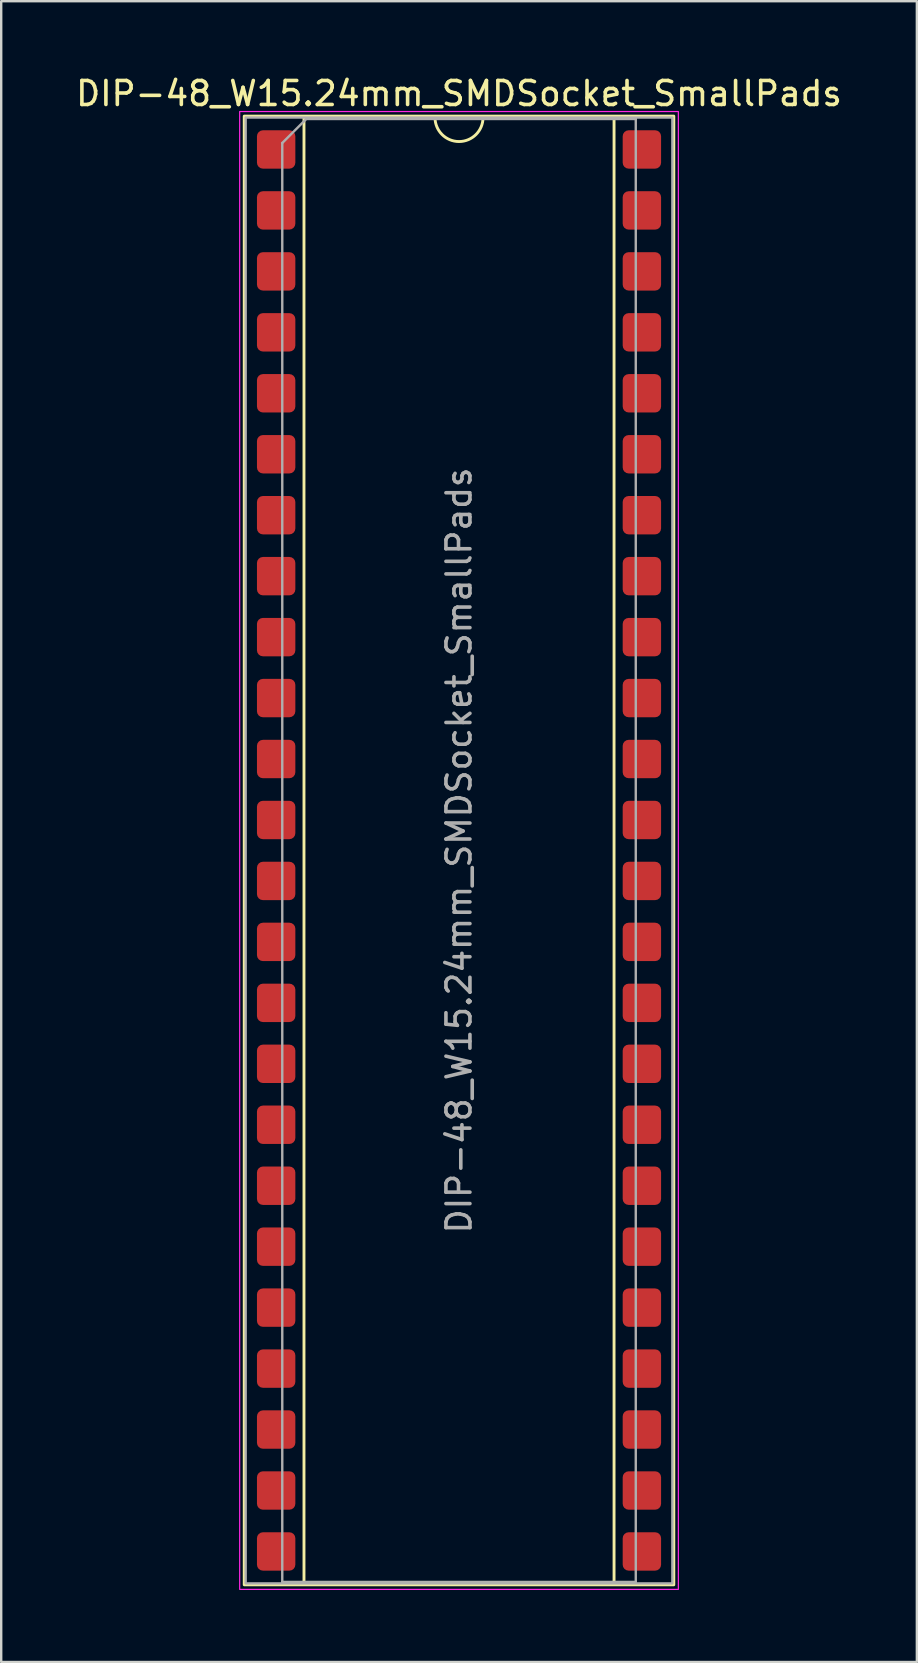
<source format=kicad_pcb>
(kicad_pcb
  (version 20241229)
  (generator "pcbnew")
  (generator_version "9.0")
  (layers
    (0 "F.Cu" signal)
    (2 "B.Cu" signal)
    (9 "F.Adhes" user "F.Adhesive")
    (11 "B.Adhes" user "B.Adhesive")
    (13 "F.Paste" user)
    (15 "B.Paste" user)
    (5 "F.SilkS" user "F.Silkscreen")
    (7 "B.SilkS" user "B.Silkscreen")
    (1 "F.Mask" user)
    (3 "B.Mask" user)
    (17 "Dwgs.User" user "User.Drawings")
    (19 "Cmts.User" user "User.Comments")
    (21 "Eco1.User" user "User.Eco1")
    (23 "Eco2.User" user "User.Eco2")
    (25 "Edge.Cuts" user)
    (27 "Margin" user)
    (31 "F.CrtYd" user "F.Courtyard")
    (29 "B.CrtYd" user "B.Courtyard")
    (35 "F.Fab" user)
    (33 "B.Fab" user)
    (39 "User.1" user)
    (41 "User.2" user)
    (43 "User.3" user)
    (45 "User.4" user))
  (footprint "DIP-48_W15.24mm_SMDSocket_SmallPads"
    (layer "F.Cu")
    (at 16.077 32.388)
    (property "Reference" "DIP-48_W15.24mm_SMDSocket_SmallPads" (at 0 -31.54 0) (layer "F.SilkS") (effects (font (size 1 1) (thickness 0.15))))
    (attr smd)
    (fp_line (start -6.46 -30.54) (end -6.46 30.54) (stroke (width 0.12) (type solid)) (layer "F.SilkS"))
    (fp_line (start -6.46 30.54) (end 6.46 30.54) (stroke (width 0.12) (type solid)) (layer "F.SilkS"))
    (fp_line (start -1 -30.54) (end -6.46 -30.54) (stroke (width 0.12) (type solid)) (layer "F.SilkS"))
    (fp_line (start 6.46 -30.54) (end 1 -30.54) (stroke (width 0.12) (type solid)) (layer "F.SilkS"))
    (fp_line (start 6.46 30.54) (end 6.46 -30.54) (stroke (width 0.12) (type solid)) (layer "F.SilkS"))
    (fp_rect (start -8.95 -30.6) (end 8.95 30.6) (stroke (width 0.12) (type solid)) (fill no) (layer "F.SilkS"))
    (fp_arc (start 1 -30.54) (mid 0 -29.54) (end -1 -30.54) (stroke (width 0.12) (type solid)) (layer "F.SilkS"))
    (fp_rect (start -9.14 -30.79) (end 9.14 30.79) (stroke (width 0.05) (type solid)) (fill no) (layer "F.CrtYd"))
    (fp_line (start -7.365 -29.48) (end -6.365 -30.48) (stroke (width 0.1) (type solid)) (layer "F.Fab"))
    (fp_line (start -7.365 30.48) (end -7.365 -29.48) (stroke (width 0.1) (type solid)) (layer "F.Fab"))
    (fp_line (start -6.365 -30.48) (end 7.365 -30.48) (stroke (width 0.1) (type solid)) (layer "F.Fab"))
    (fp_line (start 7.365 -30.48) (end 7.365 30.48) (stroke (width 0.1) (type solid)) (layer "F.Fab"))
    (fp_line (start 7.365 30.48) (end -7.365 30.48) (stroke (width 0.1) (type solid)) (layer "F.Fab"))
    (fp_rect (start -8.89 -30.54) (end 8.89 30.54) (stroke (width 0.1) (type solid)) (fill no) (layer "F.Fab"))
    (fp_text user "${REFERENCE}" (at 0 0 90) (layer "F.Fab") (effects (font (size 1 1) (thickness 0.15))))
    (pad "1" smd roundrect (at -7.62 -29.21) (size 1.6 1.6) (layers "F.Cu" "F.Mask" "F.Paste") (roundrect_rratio 0.156))
    (pad "2" smd roundrect (at -7.62 -26.67) (size 1.6 1.6) (layers "F.Cu" "F.Mask" "F.Paste") (roundrect_rratio 0.156))
    (pad "3" smd roundrect (at -7.62 -24.13) (size 1.6 1.6) (layers "F.Cu" "F.Mask" "F.Paste") (roundrect_rratio 0.156))
    (pad "4" smd roundrect (at -7.62 -21.59) (size 1.6 1.6) (layers "F.Cu" "F.Mask" "F.Paste") (roundrect_rratio 0.156))
    (pad "5" smd roundrect (at -7.62 -19.05) (size 1.6 1.6) (layers "F.Cu" "F.Mask" "F.Paste") (roundrect_rratio 0.156))
    (pad "6" smd roundrect (at -7.62 -16.51) (size 1.6 1.6) (layers "F.Cu" "F.Mask" "F.Paste") (roundrect_rratio 0.156))
    (pad "7" smd roundrect (at -7.62 -13.97) (size 1.6 1.6) (layers "F.Cu" "F.Mask" "F.Paste") (roundrect_rratio 0.156))
    (pad "8" smd roundrect (at -7.62 -11.43) (size 1.6 1.6) (layers "F.Cu" "F.Mask" "F.Paste") (roundrect_rratio 0.156))
    (pad "9" smd roundrect (at -7.62 -8.89) (size 1.6 1.6) (layers "F.Cu" "F.Mask" "F.Paste") (roundrect_rratio 0.156))
    (pad "10" smd roundrect (at -7.62 -6.35) (size 1.6 1.6) (layers "F.Cu" "F.Mask" "F.Paste") (roundrect_rratio 0.156))
    (pad "11" smd roundrect (at -7.62 -3.81) (size 1.6 1.6) (layers "F.Cu" "F.Mask" "F.Paste") (roundrect_rratio 0.156))
    (pad "12" smd roundrect (at -7.62 -1.27) (size 1.6 1.6) (layers "F.Cu" "F.Mask" "F.Paste") (roundrect_rratio 0.156))
    (pad "13" smd roundrect (at -7.62 1.27) (size 1.6 1.6) (layers "F.Cu" "F.Mask" "F.Paste") (roundrect_rratio 0.156))
    (pad "14" smd roundrect (at -7.62 3.81) (size 1.6 1.6) (layers "F.Cu" "F.Mask" "F.Paste") (roundrect_rratio 0.156))
    (pad "15" smd roundrect (at -7.62 6.35) (size 1.6 1.6) (layers "F.Cu" "F.Mask" "F.Paste") (roundrect_rratio 0.156))
    (pad "16" smd roundrect (at -7.62 8.89) (size 1.6 1.6) (layers "F.Cu" "F.Mask" "F.Paste") (roundrect_rratio 0.156))
    (pad "17" smd roundrect (at -7.62 11.43) (size 1.6 1.6) (layers "F.Cu" "F.Mask" "F.Paste") (roundrect_rratio 0.156))
    (pad "18" smd roundrect (at -7.62 13.97) (size 1.6 1.6) (layers "F.Cu" "F.Mask" "F.Paste") (roundrect_rratio 0.156))
    (pad "19" smd roundrect (at -7.62 16.51) (size 1.6 1.6) (layers "F.Cu" "F.Mask" "F.Paste") (roundrect_rratio 0.156))
    (pad "20" smd roundrect (at -7.62 19.05) (size 1.6 1.6) (layers "F.Cu" "F.Mask" "F.Paste") (roundrect_rratio 0.156))
    (pad "21" smd roundrect (at -7.62 21.59) (size 1.6 1.6) (layers "F.Cu" "F.Mask" "F.Paste") (roundrect_rratio 0.156))
    (pad "22" smd roundrect (at -7.62 24.13) (size 1.6 1.6) (layers "F.Cu" "F.Mask" "F.Paste") (roundrect_rratio 0.156))
    (pad "23" smd roundrect (at -7.62 26.67) (size 1.6 1.6) (layers "F.Cu" "F.Mask" "F.Paste") (roundrect_rratio 0.156))
    (pad "24" smd roundrect (at -7.62 29.21) (size 1.6 1.6) (layers "F.Cu" "F.Mask" "F.Paste") (roundrect_rratio 0.156))
    (pad "25" smd roundrect (at 7.62 29.21) (size 1.6 1.6) (layers "F.Cu" "F.Mask" "F.Paste") (roundrect_rratio 0.156))
    (pad "26" smd roundrect (at 7.62 26.67) (size 1.6 1.6) (layers "F.Cu" "F.Mask" "F.Paste") (roundrect_rratio 0.156))
    (pad "27" smd roundrect (at 7.62 24.13) (size 1.6 1.6) (layers "F.Cu" "F.Mask" "F.Paste") (roundrect_rratio 0.156))
    (pad "28" smd roundrect (at 7.62 21.59) (size 1.6 1.6) (layers "F.Cu" "F.Mask" "F.Paste") (roundrect_rratio 0.156))
    (pad "29" smd roundrect (at 7.62 19.05) (size 1.6 1.6) (layers "F.Cu" "F.Mask" "F.Paste") (roundrect_rratio 0.156))
    (pad "30" smd roundrect (at 7.62 16.51) (size 1.6 1.6) (layers "F.Cu" "F.Mask" "F.Paste") (roundrect_rratio 0.156))
    (pad "31" smd roundrect (at 7.62 13.97) (size 1.6 1.6) (layers "F.Cu" "F.Mask" "F.Paste") (roundrect_rratio 0.156))
    (pad "32" smd roundrect (at 7.62 11.43) (size 1.6 1.6) (layers "F.Cu" "F.Mask" "F.Paste") (roundrect_rratio 0.156))
    (pad "33" smd roundrect (at 7.62 8.89) (size 1.6 1.6) (layers "F.Cu" "F.Mask" "F.Paste") (roundrect_rratio 0.156))
    (pad "34" smd roundrect (at 7.62 6.35) (size 1.6 1.6) (layers "F.Cu" "F.Mask" "F.Paste") (roundrect_rratio 0.156))
    (pad "35" smd roundrect (at 7.62 3.81) (size 1.6 1.6) (layers "F.Cu" "F.Mask" "F.Paste") (roundrect_rratio 0.156))
    (pad "36" smd roundrect (at 7.62 1.27) (size 1.6 1.6) (layers "F.Cu" "F.Mask" "F.Paste") (roundrect_rratio 0.156))
    (pad "37" smd roundrect (at 7.62 -1.27) (size 1.6 1.6) (layers "F.Cu" "F.Mask" "F.Paste") (roundrect_rratio 0.156))
    (pad "38" smd roundrect (at 7.62 -3.81) (size 1.6 1.6) (layers "F.Cu" "F.Mask" "F.Paste") (roundrect_rratio 0.156))
    (pad "39" smd roundrect (at 7.62 -6.35) (size 1.6 1.6) (layers "F.Cu" "F.Mask" "F.Paste") (roundrect_rratio 0.156))
    (pad "40" smd roundrect (at 7.62 -8.89) (size 1.6 1.6) (layers "F.Cu" "F.Mask" "F.Paste") (roundrect_rratio 0.156))
    (pad "41" smd roundrect (at 7.62 -11.43) (size 1.6 1.6) (layers "F.Cu" "F.Mask" "F.Paste") (roundrect_rratio 0.156))
    (pad "42" smd roundrect (at 7.62 -13.97) (size 1.6 1.6) (layers "F.Cu" "F.Mask" "F.Paste") (roundrect_rratio 0.156))
    (pad "43" smd roundrect (at 7.62 -16.51) (size 1.6 1.6) (layers "F.Cu" "F.Mask" "F.Paste") (roundrect_rratio 0.156))
    (pad "44" smd roundrect (at 7.62 -19.05) (size 1.6 1.6) (layers "F.Cu" "F.Mask" "F.Paste") (roundrect_rratio 0.156))
    (pad "45" smd roundrect (at 7.62 -21.59) (size 1.6 1.6) (layers "F.Cu" "F.Mask" "F.Paste") (roundrect_rratio 0.156))
    (pad "46" smd roundrect (at 7.62 -24.13) (size 1.6 1.6) (layers "F.Cu" "F.Mask" "F.Paste") (roundrect_rratio 0.156))
    (pad "47" smd roundrect (at 7.62 -26.67) (size 1.6 1.6) (layers "F.Cu" "F.Mask" "F.Paste") (roundrect_rratio 0.156))
    (pad "48" smd roundrect (at 7.62 -29.21) (size 1.6 1.6) (layers "F.Cu" "F.Mask" "F.Paste") (roundrect_rratio 0.156)))
  (gr_rect
    (start -3 -3)
    (end 35.155 66.203)
    (stroke (width 0.1) (type default))
    (fill no)
    (layer "Edge.Cuts")))
</source>
